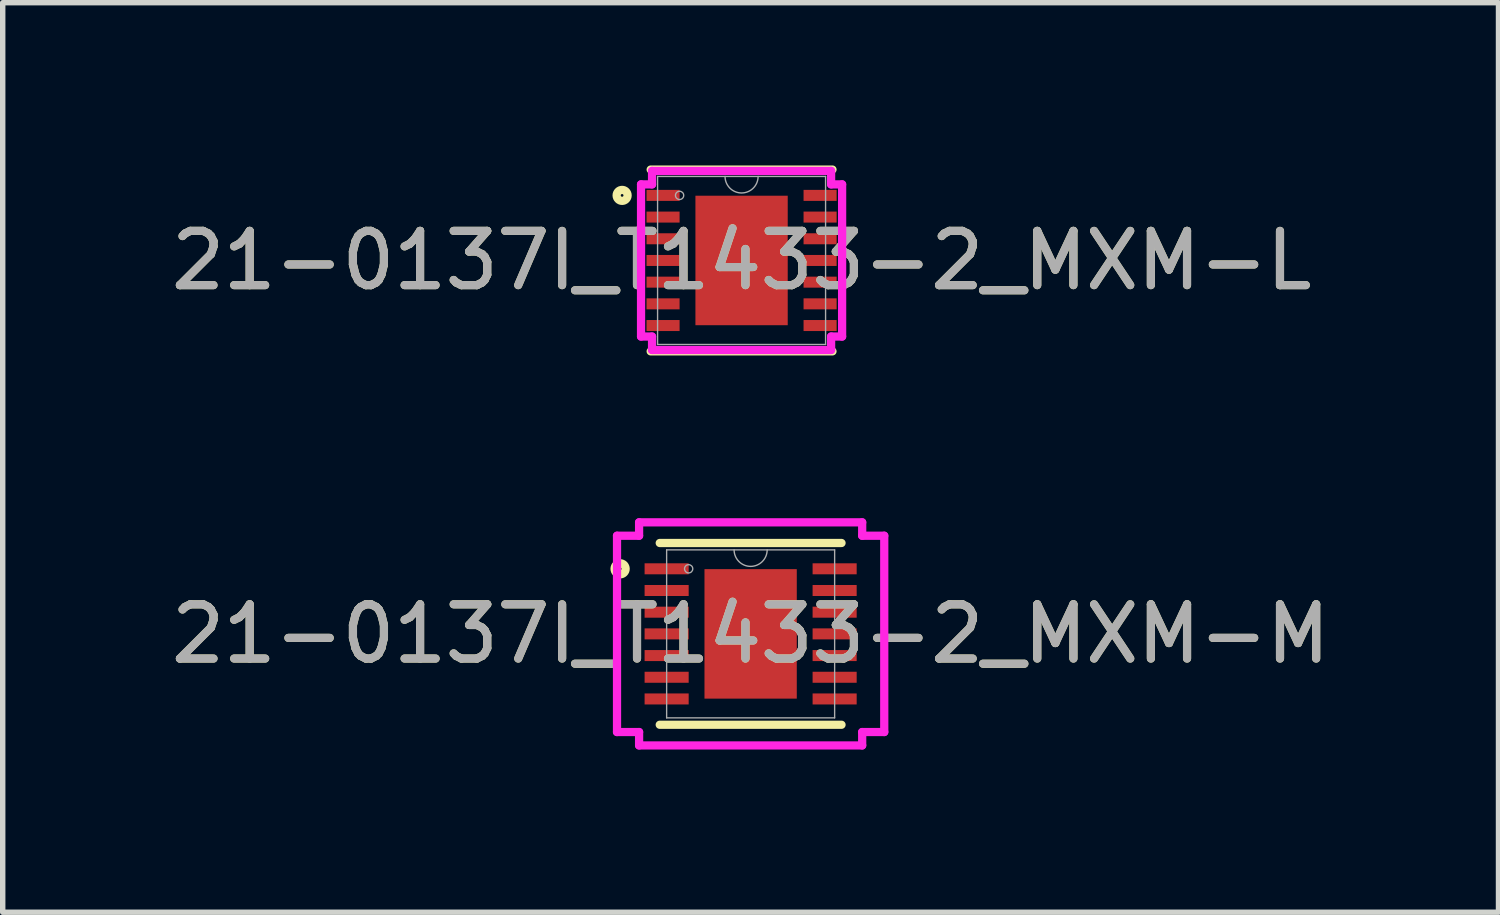
<source format=kicad_pcb>
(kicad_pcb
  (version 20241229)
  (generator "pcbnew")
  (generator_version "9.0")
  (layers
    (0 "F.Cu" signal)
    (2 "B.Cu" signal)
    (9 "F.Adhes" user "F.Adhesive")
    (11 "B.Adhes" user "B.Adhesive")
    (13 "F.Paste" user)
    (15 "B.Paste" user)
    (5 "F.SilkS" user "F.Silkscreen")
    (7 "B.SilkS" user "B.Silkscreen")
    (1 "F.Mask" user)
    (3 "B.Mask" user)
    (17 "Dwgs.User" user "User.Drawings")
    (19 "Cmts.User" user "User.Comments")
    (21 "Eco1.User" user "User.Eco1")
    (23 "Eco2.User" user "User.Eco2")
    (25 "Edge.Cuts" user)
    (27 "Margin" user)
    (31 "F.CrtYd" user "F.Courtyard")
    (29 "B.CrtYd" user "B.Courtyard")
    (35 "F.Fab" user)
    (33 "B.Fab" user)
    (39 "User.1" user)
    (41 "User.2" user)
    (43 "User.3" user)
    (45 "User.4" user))
  (footprint "21-0137I_T1433-2_MXM-M"
    (layer "F.Cu")
    (at 10.792 8.639)
    (property "Reference" "21-0137I_T1433-2_MXM-M" (at 0 0 0) (unlocked yes) (layer "F.SilkS") (effects (font (size 1 1) (thickness 0.15))))
    (attr smd)
    (fp_line (start -1.676 1.676) (end 1.676 1.676) (stroke (width 0.152) (type solid)) (layer "F.SilkS"))
    (fp_line (start 1.676 -1.676) (end -1.676 -1.676) (stroke (width 0.152) (type solid)) (layer "F.SilkS"))
    (fp_circle (center -2.407 -1.2) (end -2.305 -1.2) (stroke (width 0.152) (type solid)) (fill no) (layer "F.SilkS"))
    (fp_line (start -2.464 -1.81) (end -2.057 -1.81) (stroke (width 0.152) (type solid)) (layer "F.CrtYd"))
    (fp_line (start -2.464 1.81) (end -2.464 -1.81) (stroke (width 0.152) (type solid)) (layer "F.CrtYd"))
    (fp_line (start -2.464 1.81) (end -2.057 1.81) (stroke (width 0.152) (type solid)) (layer "F.CrtYd"))
    (fp_line (start -2.057 -2.057) (end 2.057 -2.057) (stroke (width 0.152) (type solid)) (layer "F.CrtYd"))
    (fp_line (start -2.057 -1.81) (end -2.057 -2.057) (stroke (width 0.152) (type solid)) (layer "F.CrtYd"))
    (fp_line (start -2.057 2.057) (end -2.057 1.81) (stroke (width 0.152) (type solid)) (layer "F.CrtYd"))
    (fp_line (start 2.057 -2.057) (end 2.057 -1.81) (stroke (width 0.152) (type solid)) (layer "F.CrtYd"))
    (fp_line (start 2.057 1.81) (end 2.057 2.057) (stroke (width 0.152) (type solid)) (layer "F.CrtYd"))
    (fp_line (start 2.057 2.057) (end -2.057 2.057) (stroke (width 0.152) (type solid)) (layer "F.CrtYd"))
    (fp_line (start 2.464 -1.81) (end 2.057 -1.81) (stroke (width 0.152) (type solid)) (layer "F.CrtYd"))
    (fp_line (start 2.464 -1.81) (end 2.464 1.81) (stroke (width 0.152) (type solid)) (layer "F.CrtYd"))
    (fp_line (start 2.464 1.81) (end 2.057 1.81) (stroke (width 0.152) (type solid)) (layer "F.CrtYd"))
    (fp_line (start -1.549 -1.549) (end -1.549 1.549) (stroke (width 0.025) (type solid)) (layer "F.Fab"))
    (fp_line (start -1.549 1.549) (end 1.549 1.549) (stroke (width 0.025) (type solid)) (layer "F.Fab"))
    (fp_line (start 1.549 -1.549) (end -1.549 -1.549) (stroke (width 0.025) (type solid)) (layer "F.Fab"))
    (fp_line (start 1.549 1.549) (end 1.549 -1.549) (stroke (width 0.025) (type solid)) (layer "F.Fab"))
    (fp_arc (start 0.3048 -1.5494) (mid 0 -1.2446) (end -0.3048 -1.5494) (stroke (width 0.0254) (type solid)) (layer "F.Fab"))
    (fp_circle (center -1.143 -1.2) (end -1.067 -1.2) (stroke (width 0.025) (type solid)) (fill no) (layer "F.Fab"))
    (fp_text user "${REFERENCE}" (at 0 0 0) (unlocked yes) (layer "F.Fab") (effects (font (size 1 1) (thickness 0.15))))
    (pad "1" smd rect (at -1.549 -1.2) (size 0.813 0.203) (layers "F.Cu" "F.Mask" "F.Paste"))
    (pad "2" smd rect (at -1.549 -0.8) (size 0.813 0.203) (layers "F.Cu" "F.Mask" "F.Paste"))
    (pad "3" smd rect (at -1.549 -0.4) (size 0.813 0.203) (layers "F.Cu" "F.Mask" "F.Paste"))
    (pad "4" smd rect (at -1.549 0) (size 0.813 0.203) (layers "F.Cu" "F.Mask" "F.Paste"))
    (pad "5" smd rect (at -1.549 0.4) (size 0.813 0.203) (layers "F.Cu" "F.Mask" "F.Paste"))
    (pad "6" smd rect (at -1.549 0.8) (size 0.813 0.203) (layers "F.Cu" "F.Mask" "F.Paste"))
    (pad "7" smd rect (at -1.549 1.2) (size 0.813 0.203) (layers "F.Cu" "F.Mask" "F.Paste"))
    (pad "8" smd rect (at 1.549 1.2) (size 0.813 0.203) (layers "F.Cu" "F.Mask" "F.Paste"))
    (pad "9" smd rect (at 1.549 0.8) (size 0.813 0.203) (layers "F.Cu" "F.Mask" "F.Paste"))
    (pad "10" smd rect (at 1.549 0.4) (size 0.813 0.203) (layers "F.Cu" "F.Mask" "F.Paste"))
    (pad "11" smd rect (at 1.549 0) (size 0.813 0.203) (layers "F.Cu" "F.Mask" "F.Paste"))
    (pad "12" smd rect (at 1.549 -0.4) (size 0.813 0.203) (layers "F.Cu" "F.Mask" "F.Paste"))
    (pad "13" smd rect (at 1.549 -0.8) (size 0.813 0.203) (layers "F.Cu" "F.Mask" "F.Paste"))
    (pad "14" smd rect (at 1.549 -1.2) (size 0.813 0.203) (layers "F.Cu" "F.Mask" "F.Paste"))
    (pad "15" smd rect (at 0 0) (size 1.702 2.388) (layers "F.Cu" "F.Mask" "F.Paste")))
  (footprint "21-0137I_T1433-2_MXM-L"
    (layer "F.Cu")
    (at 10.625 1.753)
    (property "Reference" "21-0137I_T1433-2_MXM-L" (at 0 0 0) (unlocked yes) (layer "F.SilkS") (effects (font (size 1 1) (thickness 0.15))))
    (attr smd)
    (fp_line (start -1.676 1.676) (end 1.676 1.676) (stroke (width 0.152) (type solid)) (layer "F.SilkS"))
    (fp_line (start 1.676 -1.676) (end -1.676 -1.676) (stroke (width 0.152) (type solid)) (layer "F.SilkS"))
    (fp_circle (center -2.203 -1.2) (end -2.102 -1.2) (stroke (width 0.152) (type solid)) (fill no) (layer "F.SilkS"))
    (fp_line (start -1.854 -1.403) (end -1.651 -1.403) (stroke (width 0.152) (type solid)) (layer "F.CrtYd"))
    (fp_line (start -1.854 1.403) (end -1.854 -1.403) (stroke (width 0.152) (type solid)) (layer "F.CrtYd"))
    (fp_line (start -1.854 1.403) (end -1.651 1.403) (stroke (width 0.152) (type solid)) (layer "F.CrtYd"))
    (fp_line (start -1.651 -1.651) (end 1.651 -1.651) (stroke (width 0.152) (type solid)) (layer "F.CrtYd"))
    (fp_line (start -1.651 -1.403) (end -1.651 -1.651) (stroke (width 0.152) (type solid)) (layer "F.CrtYd"))
    (fp_line (start -1.651 1.651) (end -1.651 1.403) (stroke (width 0.152) (type solid)) (layer "F.CrtYd"))
    (fp_line (start 1.651 -1.651) (end 1.651 -1.403) (stroke (width 0.152) (type solid)) (layer "F.CrtYd"))
    (fp_line (start 1.651 1.403) (end 1.651 1.651) (stroke (width 0.152) (type solid)) (layer "F.CrtYd"))
    (fp_line (start 1.651 1.651) (end -1.651 1.651) (stroke (width 0.152) (type solid)) (layer "F.CrtYd"))
    (fp_line (start 1.854 -1.403) (end 1.651 -1.403) (stroke (width 0.152) (type solid)) (layer "F.CrtYd"))
    (fp_line (start 1.854 -1.403) (end 1.854 1.403) (stroke (width 0.152) (type solid)) (layer "F.CrtYd"))
    (fp_line (start 1.854 1.403) (end 1.651 1.403) (stroke (width 0.152) (type solid)) (layer "F.CrtYd"))
    (fp_line (start -1.549 -1.549) (end -1.549 1.549) (stroke (width 0.025) (type solid)) (layer "F.Fab"))
    (fp_line (start -1.549 1.549) (end 1.549 1.549) (stroke (width 0.025) (type solid)) (layer "F.Fab"))
    (fp_line (start 1.549 -1.549) (end -1.549 -1.549) (stroke (width 0.025) (type solid)) (layer "F.Fab"))
    (fp_line (start 1.549 1.549) (end 1.549 -1.549) (stroke (width 0.025) (type solid)) (layer "F.Fab"))
    (fp_arc (start 0.3048 -1.5494) (mid 0 -1.2446) (end -0.3048 -1.5494) (stroke (width 0.0254) (type solid)) (layer "F.Fab"))
    (fp_circle (center -1.143 -1.2) (end -1.067 -1.2) (stroke (width 0.025) (type solid)) (fill no) (layer "F.Fab"))
    (fp_text user "${REFERENCE}" (at 0 0 0) (unlocked yes) (layer "F.Fab") (effects (font (size 1 1) (thickness 0.15))))
    (pad "1" smd rect (at -1.448 -1.2) (size 0.61 0.203) (layers "F.Cu" "F.Mask" "F.Paste"))
    (pad "2" smd rect (at -1.448 -0.8) (size 0.61 0.203) (layers "F.Cu" "F.Mask" "F.Paste"))
    (pad "3" smd rect (at -1.448 -0.4) (size 0.61 0.203) (layers "F.Cu" "F.Mask" "F.Paste"))
    (pad "4" smd rect (at -1.448 0) (size 0.61 0.203) (layers "F.Cu" "F.Mask" "F.Paste"))
    (pad "5" smd rect (at -1.448 0.4) (size 0.61 0.203) (layers "F.Cu" "F.Mask" "F.Paste"))
    (pad "6" smd rect (at -1.448 0.8) (size 0.61 0.203) (layers "F.Cu" "F.Mask" "F.Paste"))
    (pad "7" smd rect (at -1.448 1.2) (size 0.61 0.203) (layers "F.Cu" "F.Mask" "F.Paste"))
    (pad "8" smd rect (at 1.448 1.2) (size 0.61 0.203) (layers "F.Cu" "F.Mask" "F.Paste"))
    (pad "9" smd rect (at 1.448 0.8) (size 0.61 0.203) (layers "F.Cu" "F.Mask" "F.Paste"))
    (pad "10" smd rect (at 1.448 0.4) (size 0.61 0.203) (layers "F.Cu" "F.Mask" "F.Paste"))
    (pad "11" smd rect (at 1.448 0) (size 0.61 0.203) (layers "F.Cu" "F.Mask" "F.Paste"))
    (pad "12" smd rect (at 1.448 -0.4) (size 0.61 0.203) (layers "F.Cu" "F.Mask" "F.Paste"))
    (pad "13" smd rect (at 1.448 -0.8) (size 0.61 0.203) (layers "F.Cu" "F.Mask" "F.Paste"))
    (pad "14" smd rect (at 1.448 -1.2) (size 0.61 0.203) (layers "F.Cu" "F.Mask" "F.Paste"))
    (pad "15" smd rect (at 0 0) (size 1.702 2.388) (layers "F.Cu" "F.Mask" "F.Paste")))
  (gr_rect
    (start -3 -3)
    (end 24.583 13.772)
    (stroke (width 0.1) (type default))
    (fill no)
    (layer "Edge.Cuts")))
</source>
